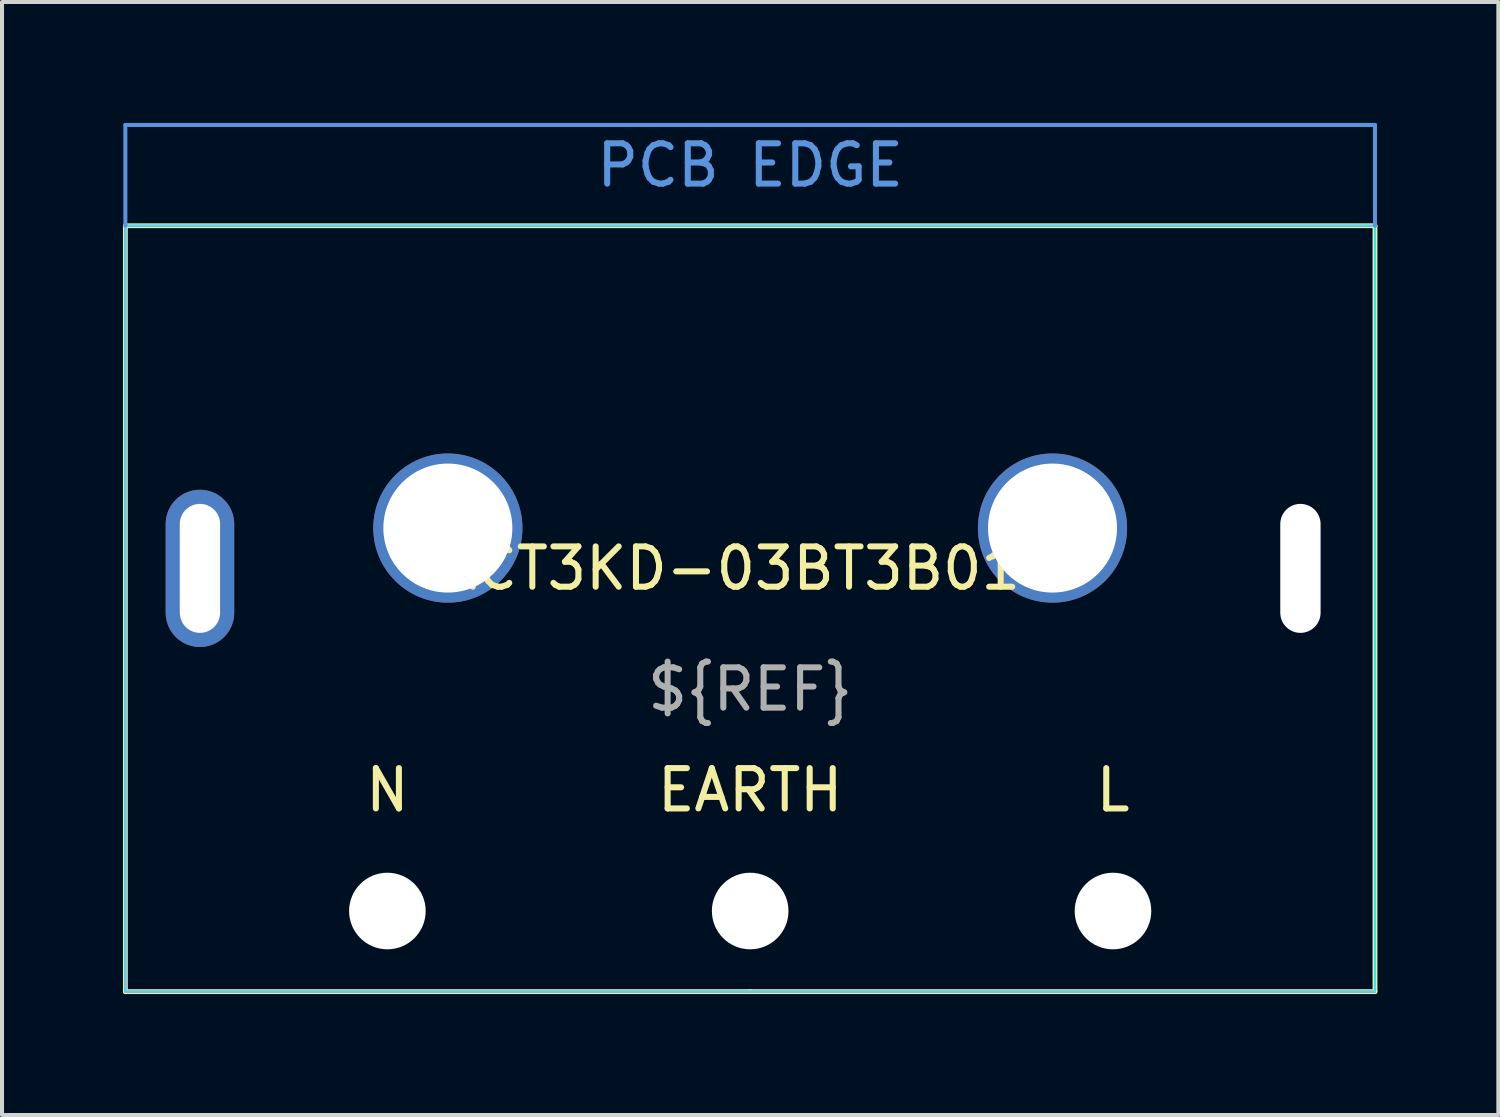
<source format=kicad_pcb>
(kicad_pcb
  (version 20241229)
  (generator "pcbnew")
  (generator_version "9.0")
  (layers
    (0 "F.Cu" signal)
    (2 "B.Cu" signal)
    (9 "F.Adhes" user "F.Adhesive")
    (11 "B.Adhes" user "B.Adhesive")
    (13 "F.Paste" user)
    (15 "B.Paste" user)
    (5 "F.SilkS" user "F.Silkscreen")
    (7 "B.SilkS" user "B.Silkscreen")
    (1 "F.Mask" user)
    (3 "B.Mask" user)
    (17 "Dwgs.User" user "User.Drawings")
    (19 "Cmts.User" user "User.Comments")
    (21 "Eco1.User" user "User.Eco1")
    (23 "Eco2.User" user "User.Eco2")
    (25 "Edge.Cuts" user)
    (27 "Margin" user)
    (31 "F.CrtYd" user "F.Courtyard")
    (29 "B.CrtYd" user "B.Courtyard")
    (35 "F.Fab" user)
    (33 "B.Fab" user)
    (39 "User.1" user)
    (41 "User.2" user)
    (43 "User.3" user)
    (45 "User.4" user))
  (footprint "ACT3KD-03BT3B018"
    (layer "F.Cu")
    (at 15.56 19.55)
    (property "Reference" "ACT3KD-03BT3B018" (at 0 -8.5 0) (unlocked yes) (layer "F.SilkS") (effects (font (size 1 1) (thickness 0.15))))
    (attr through_hole)
    (fp_line (start -15.5 -17) (end -15.5 2) (stroke (width 0.12) (type solid)) (layer "F.SilkS"))
    (fp_line (start -15.5 2) (end 0 2) (stroke (width 0.12) (type solid)) (layer "F.SilkS"))
    (fp_line (start 0 2) (end 15.5 2) (stroke (width 0.12) (type solid)) (layer "F.SilkS"))
    (fp_line (start 15.5 -17) (end -15.5 -17) (stroke (width 0.12) (type solid)) (layer "F.SilkS"))
    (fp_line (start 15.5 2) (end 15.5 -17) (stroke (width 0.12) (type solid)) (layer "F.SilkS"))
    (fp_line (start -15.5 -19.5) (end 15.5 -19.5) (stroke (width 0.1) (type solid)) (layer "Cmts.User"))
    (fp_line (start -15.5 -17) (end -15.5 -19.5) (stroke (width 0.1) (type solid)) (layer "Cmts.User"))
    (fp_line (start 15.5 -19.5) (end 15.5 -17) (stroke (width 0.1) (type solid)) (layer "Cmts.User"))
    (fp_line (start -15.5 -17) (end -15.5 2) (stroke (width 0.05) (type solid)) (layer "B.CrtYd"))
    (fp_line (start -15.5 2) (end 15.5 2) (stroke (width 0.05) (type solid)) (layer "B.CrtYd"))
    (fp_line (start 15.5 -17) (end -15.5 -17) (stroke (width 0.05) (type solid)) (layer "B.CrtYd"))
    (fp_line (start 15.5 2) (end 15.5 -17) (stroke (width 0.05) (type solid)) (layer "B.CrtYd"))
    (fp_line (start -15.5 -17) (end -15.5 2) (stroke (width 0.05) (type solid)) (layer "F.CrtYd"))
    (fp_line (start -15.5 2) (end 15.5 2) (stroke (width 0.05) (type solid)) (layer "F.CrtYd"))
    (fp_line (start 15.5 -17) (end -15.5 -17) (stroke (width 0.05) (type solid)) (layer "F.CrtYd"))
    (fp_line (start 15.5 2) (end 15.5 -17) (stroke (width 0.05) (type solid)) (layer "F.CrtYd"))
    (fp_text user "L" (at 9 -3 0) (unlocked yes) (layer "F.SilkS") (effects (font (size 1 1) (thickness 0.15))))
    (fp_text user "N" (at -9 -3 0) (unlocked yes) (layer "F.SilkS") (effects (font (size 1 1) (thickness 0.15))))
    (fp_text user "EARTH" (at 0 -3 0) (unlocked yes) (layer "F.SilkS") (effects (font (size 1 1) (thickness 0.15))))
    (fp_text user "PCB EDGE" (at 0 -18.5 0) (unlocked yes) (layer "Cmts.User") (effects (font (size 1 1) (thickness 0.15))))
    (fp_text user "${REF}" (at 0 -5.5 0) (unlocked yes) (layer "F.Fab") (effects (font (size 1 1) (thickness 0.15))))
    (pad "" np_thru_hole circle (at -7.5 -9.5) (size 3.7 3.7) (drill 3.2) (layers "*.Cu" "*.Mask"))
    (pad "" np_thru_hole circle (at 7.5 -9.5) (size 3.7 3.7) (drill 3.2) (layers "*.Cu" "*.Mask"))
    (pad "1" thru_hole circle (at 9 0) (size 3.5 3.5) (drill 1.9) (layers "*.Cu" "*.Mask") (remove_unused_layers yes) (zone_layer_connections))
    (pad "2" thru_hole circle (at -9 0) (size 3.5 3.5) (drill 1.9) (layers "*.Cu" "*.Mask") (remove_unused_layers yes) (zone_layer_connections))
    (pad "3" thru_hole oval (at -13.65 -8.5) (size 1.7 3.9) (drill oval 1 3.2) (layers "*.Cu" "*.Mask"))
    (pad "3" thru_hole circle (at 0 0) (size 3.5 3.5) (drill 1.9) (layers "*.Cu" "*.Mask") (remove_unused_layers yes) (zone_layer_connections))
    (pad "3" thru_hole oval (at 13.65 -8.5) (size 1.7 3.9) (drill oval 1 3.2) (layers "*.Cu" "*.Mask") (remove_unused_layers yes) (zone_layer_connections)))
  (gr_rect
    (start -3 -3)
    (end 34.12 24.61)
    (stroke (width 0.1) (type default))
    (fill no)
    (layer "Edge.Cuts")))
</source>
